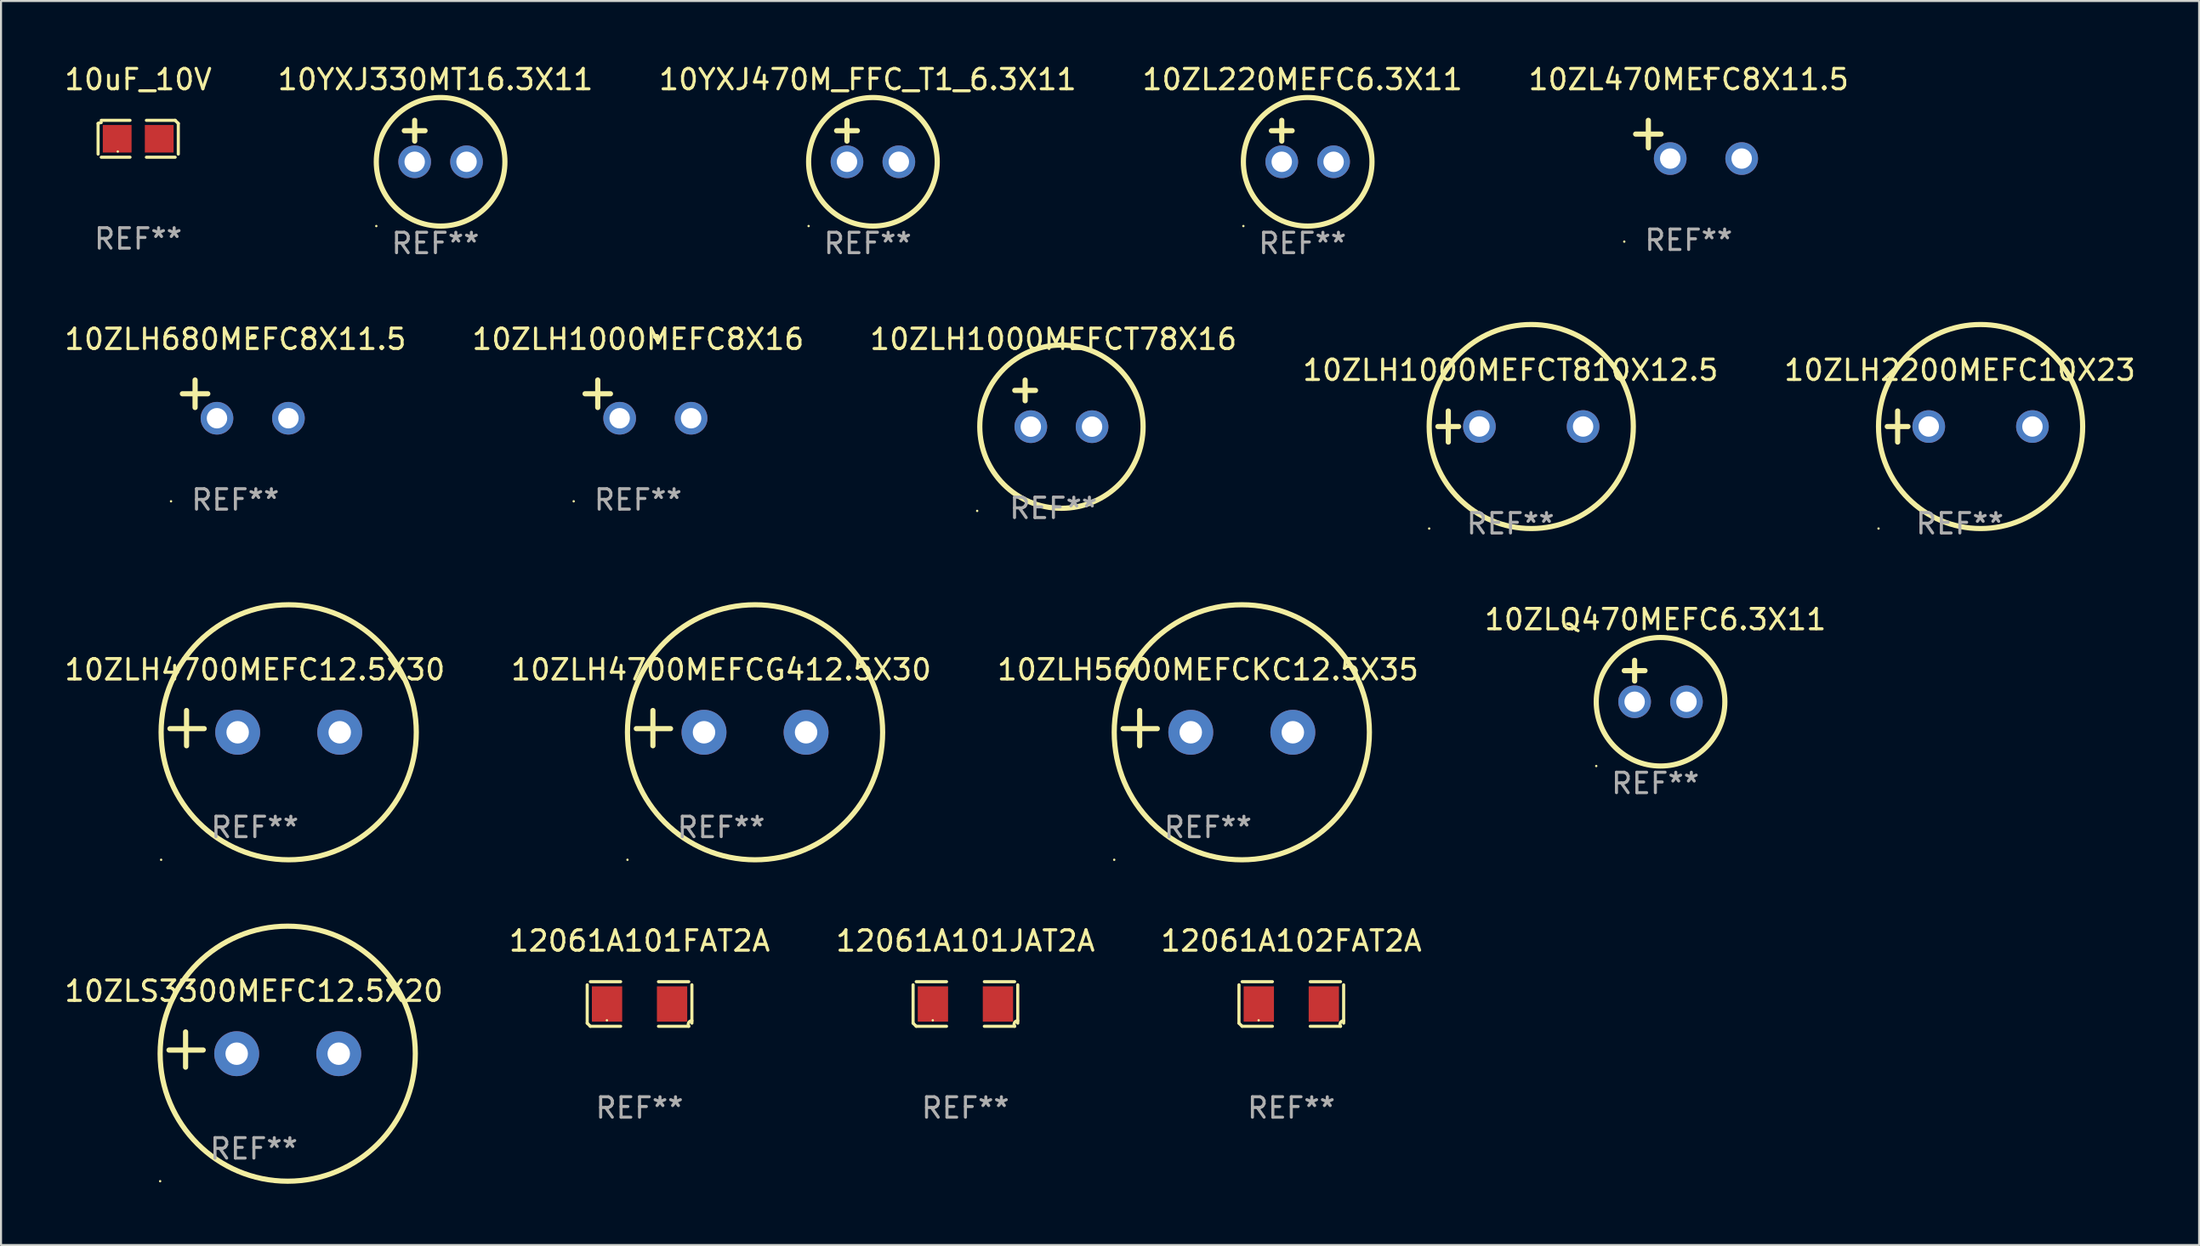
<source format=kicad_pcb>
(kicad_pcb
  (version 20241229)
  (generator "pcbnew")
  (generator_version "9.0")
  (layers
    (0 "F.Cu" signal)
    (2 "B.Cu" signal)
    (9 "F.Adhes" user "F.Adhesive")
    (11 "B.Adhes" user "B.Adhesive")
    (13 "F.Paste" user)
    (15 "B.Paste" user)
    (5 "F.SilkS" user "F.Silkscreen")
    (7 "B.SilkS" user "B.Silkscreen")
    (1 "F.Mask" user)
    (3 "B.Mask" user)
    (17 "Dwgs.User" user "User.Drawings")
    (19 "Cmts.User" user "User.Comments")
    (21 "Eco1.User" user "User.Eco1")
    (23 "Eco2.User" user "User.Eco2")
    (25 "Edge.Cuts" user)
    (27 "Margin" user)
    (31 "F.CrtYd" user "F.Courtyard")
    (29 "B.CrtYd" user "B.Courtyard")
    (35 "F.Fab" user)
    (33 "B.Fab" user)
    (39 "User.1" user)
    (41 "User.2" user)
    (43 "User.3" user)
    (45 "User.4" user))
  (footprint "10uF_10V"
    (layer "F.Cu")
    (at 3.72 3.752)
    (property "Reference" "10uF_10V" (at 0 -2.904 0) (layer "F.SilkS") (effects (font (size 1 1) (thickness 0.15))))
    (attr through_hole)
    (fp_line (start -1.964 0.751) (end -1.964 -0.751) (stroke (width 0.152) (type solid)) (layer "F.SilkS"))
    (fp_line (start -1.811 -0.904) (end -0.401 -0.904) (stroke (width 0.152) (type solid)) (layer "F.SilkS"))
    (fp_line (start -0.401 0.904) (end -1.811 0.904) (stroke (width 0.152) (type solid)) (layer "F.SilkS"))
    (fp_line (start 0.401 0.904) (end 1.811 0.904) (stroke (width 0.152) (type solid)) (layer "F.SilkS"))
    (fp_line (start 1.811 -0.904) (end 0.401 -0.904) (stroke (width 0.152) (type solid)) (layer "F.SilkS"))
    (fp_line (start 1.964 0.751) (end 1.964 -0.751) (stroke (width 0.152) (type solid)) (layer "F.SilkS"))
    (fp_arc (start -1.963602 -0.751207) (mid -1.890354 -0.783131) (end -1.811201 -0.794044) (stroke (width 0.1524) (type solid)) (layer "F.SilkS"))
    (fp_arc (start 1.811202 -0.903607) (mid 1.887413 -0.827418) (end 1.963602 -0.751207) (stroke (width 0.1524) (type solid)) (layer "F.SilkS"))
    (fp_circle (center -1 0.625) (end -0.97 0.625) (stroke (width 0.06) (type solid)) (fill no) (layer "F.SilkS"))
    (fp_text user "REF**" (at 0 4.904 0) (layer "F.Fab") (effects (font (size 1 1) (thickness 0.15))))
    (pad "1" smd rect (at -1.03 0) (size 1.41 1.35) (layers "F.Cu" "F.Mask" "F.Paste"))
    (pad "2" smd rect (at 1.03 0) (size 1.41 1.35) (layers "F.Cu" "F.Mask" "F.Paste")))
  (footprint "10YXJ470M_FFC_T1_6.3X11"
    (layer "F.Cu")
    (at 39.458 3.864)
    (property "Reference" "10YXJ470M_FFC_T1_6.3X11" (at 0 -3.016 0) (layer "F.SilkS") (effects (font (size 1 1) (thickness 0.15))))
    (attr through_hole)
    (fp_line (start -1.524 -0.508) (end -0.508 -0.508) (stroke (width 0.254) (type solid)) (layer "F.SilkS"))
    (fp_line (start -1.016 -1.016) (end -1.016 0) (stroke (width 0.254) (type solid)) (layer "F.SilkS"))
    (fp_circle (center -2.896 4.166) (end -2.866 4.166) (stroke (width 0.06) (type solid)) (fill no) (layer "F.SilkS"))
    (fp_circle (center 0.254 1.016) (end 3.404 1.016) (stroke (width 0.254) (type solid)) (fill no) (layer "F.SilkS"))
    (fp_text user "REF**" (at 0 5.016 0) (layer "F.Fab") (effects (font (size 1 1) (thickness 0.15))))
    (pad "1" thru_hole circle (at -1.016 1.016) (size 1.6 1.6) (drill 1) (layers "*.Cu" "*.Mask"))
    (pad "2" thru_hole circle (at 1.524 1.016) (size 1.6 1.6) (drill 1) (layers "*.Cu" "*.Mask")))
  (footprint "10ZL470MEFC8X11.5"
    (layer "F.Cu")
    (at 79.673 3.785)
    (property "Reference" "10ZL470MEFC8X11.5" (at 0 -2.937 0) (layer "F.SilkS") (effects (font (size 1 1) (thickness 0.15))))
    (attr through_hole)
    (fp_line (start -1.975 0.41) (end -1.975 -0.937) (stroke (width 0.254) (type solid)) (layer "F.SilkS"))
    (fp_line (start -1.353 -0.263) (end -2.597 -0.263) (stroke (width 0.254) (type solid)) (layer "F.SilkS"))
    (fp_arc (start 0.849809 -3.063957) (mid 0.885369 -3.064114) (end 0.920929 -3.063957) (stroke (width 0.254001) (type solid)) (layer "F.SilkS"))
    (fp_circle (center -3.154 5.008) (end -3.124 5.008) (stroke (width 0.06) (type solid)) (fill no) (layer "F.SilkS"))
    (fp_text user "REF**" (at 0 4.937 0) (layer "F.Fab") (effects (font (size 1 1) (thickness 0.15))))
    (pad "1" thru_hole circle (at -0.903 0.937) (size 1.6 1.6) (drill 1) (layers "*.Cu" "*.Mask"))
    (pad "2" thru_hole circle (at 2.597 0.937) (size 1.6 1.6) (drill 1) (layers "*.Cu" "*.Mask")))
  (footprint "10ZLQ470MEFC6.3X11"
    (layer "F.Cu")
    (at 78.042 30.33)
    (property "Reference" "10ZLQ470MEFC6.3X11" (at 0 -3.016 0) (layer "F.SilkS") (effects (font (size 1 1) (thickness 0.15))))
    (attr through_hole)
    (fp_line (start -1.524 -0.508) (end -0.508 -0.508) (stroke (width 0.254) (type solid)) (layer "F.SilkS"))
    (fp_line (start -1.016 -1.016) (end -1.016 0) (stroke (width 0.254) (type solid)) (layer "F.SilkS"))
    (fp_circle (center -2.896 4.166) (end -2.866 4.166) (stroke (width 0.06) (type solid)) (fill no) (layer "F.SilkS"))
    (fp_circle (center 0.254 1.016) (end 3.404 1.016) (stroke (width 0.254) (type solid)) (fill no) (layer "F.SilkS"))
    (fp_text user "REF**" (at 0 5.016 0) (layer "F.Fab") (effects (font (size 1 1) (thickness 0.15))))
    (pad "1" thru_hole circle (at -1.016 1.016) (size 1.6 1.6) (drill 1) (layers "*.Cu" "*.Mask"))
    (pad "2" thru_hole circle (at 1.524 1.016) (size 1.6 1.6) (drill 1) (layers "*.Cu" "*.Mask")))
  (footprint "10ZLH4700MEFC12.5X30"
    (layer "F.Cu")
    (at 9.435 32.639)
    (property "Reference" "10ZLH4700MEFC12.5X30" (at 0 -2.864 0) (layer "F.SilkS") (effects (font (size 1 1) (thickness 0.15))))
    (attr through_hole)
    (fp_line (start -3.346 0.864) (end -3.346 -0.864) (stroke (width 0.254) (type solid)) (layer "F.SilkS"))
    (fp_line (start -2.482 0.025) (end -4.158 0.025) (stroke (width 0.254) (type solid)) (layer "F.SilkS"))
    (fp_circle (center -4.592 6.453) (end -4.562 6.453) (stroke (width 0.06) (type solid)) (fill no) (layer "F.SilkS"))
    (fp_circle (center 1.658 0.203) (end 7.908 0.203) (stroke (width 0.254) (type solid)) (fill no) (layer "F.SilkS"))
    (fp_text user "REF**" (at 0 4.864 0) (layer "F.Fab") (effects (font (size 1 1) (thickness 0.15))))
    (pad "1" thru_hole circle (at -0.842 0.203) (size 2.2 2.2) (drill 1.1) (layers "*.Cu" "*.Mask"))
    (pad "2" thru_hole circle (at 4.158 0.203) (size 2.2 2.2) (drill 1.1) (layers "*.Cu" "*.Mask")))
  (footprint "12061A102FAT2A"
    (layer "F.Cu")
    (at 60.208 46.16)
    (property "Reference" "12061A102FAT2A" (at 0 -3.093 0) (layer "F.SilkS") (effects (font (size 1 1) (thickness 0.15))))
    (attr through_hole)
    (fp_line (start -2.564 0.94) (end -2.564 -0.94) (stroke (width 0.152) (type solid)) (layer "F.SilkS"))
    (fp_line (start -2.411 -1.093) (end -0.926 -1.093) (stroke (width 0.152) (type solid)) (layer "F.SilkS"))
    (fp_line (start -0.926 1.093) (end -2.411 1.093) (stroke (width 0.152) (type solid)) (layer "F.SilkS"))
    (fp_line (start 0.926 1.093) (end 2.411 1.093) (stroke (width 0.152) (type solid)) (layer "F.SilkS"))
    (fp_line (start 2.411 -1.093) (end 0.926 -1.093) (stroke (width 0.152) (type solid)) (layer "F.SilkS"))
    (fp_line (start 2.564 0.94) (end 2.564 -0.94) (stroke (width 0.152) (type solid)) (layer "F.SilkS"))
    (fp_arc (start -2.411201 1.092609) (mid -2.487413 1.01642) (end -2.563602 0.940208) (stroke (width 0.1524) (type solid)) (layer "F.SilkS"))
    (fp_arc (start 2.411201 1.092609) (mid 2.407159 0.911226) (end 2.563602 0.819347) (stroke (width 0.1524) (type solid)) (layer "F.SilkS"))
    (fp_circle (center -1.6 0.8) (end -1.57 0.8) (stroke (width 0.06) (type solid)) (fill no) (layer "F.SilkS"))
    (fp_text user "REF**" (at 0 5.093 0) (layer "F.Fab") (effects (font (size 1 1) (thickness 0.15))))
    (pad "1" smd rect (at -1.593 0) (size 1.485 1.728) (layers "F.Cu" "F.Mask" "F.Paste"))
    (pad "2" smd rect (at 1.593 0) (size 1.485 1.728) (layers "F.Cu" "F.Mask" "F.Paste")))
  (footprint "10ZL220MEFC6.3X11"
    (layer "F.Cu")
    (at 60.756 3.864)
    (property "Reference" "10ZL220MEFC6.3X11" (at 0 -3.016 0) (layer "F.SilkS") (effects (font (size 1 1) (thickness 0.15))))
    (attr through_hole)
    (fp_line (start -1.524 -0.508) (end -0.508 -0.508) (stroke (width 0.254) (type solid)) (layer "F.SilkS"))
    (fp_line (start -1.016 -1.016) (end -1.016 0) (stroke (width 0.254) (type solid)) (layer "F.SilkS"))
    (fp_circle (center -2.896 4.166) (end -2.866 4.166) (stroke (width 0.06) (type solid)) (fill no) (layer "F.SilkS"))
    (fp_circle (center 0.254 1.016) (end 3.404 1.016) (stroke (width 0.254) (type solid)) (fill no) (layer "F.SilkS"))
    (fp_text user "REF**" (at 0 5.016 0) (layer "F.Fab") (effects (font (size 1 1) (thickness 0.15))))
    (pad "1" thru_hole circle (at -1.016 1.016) (size 1.6 1.6) (drill 1) (layers "*.Cu" "*.Mask"))
    (pad "2" thru_hole circle (at 1.524 1.016) (size 1.6 1.6) (drill 1) (layers "*.Cu" "*.Mask")))
  (footprint "10ZLH4700MEFCG412.5X30"
    (layer "F.Cu")
    (at 32.28 32.639)
    (property "Reference" "10ZLH4700MEFCG412.5X30" (at 0 -2.864 0) (layer "F.SilkS") (effects (font (size 1 1) (thickness 0.15))))
    (attr through_hole)
    (fp_line (start -3.346 0.864) (end -3.346 -0.864) (stroke (width 0.254) (type solid)) (layer "F.SilkS"))
    (fp_line (start -2.482 0.025) (end -4.158 0.025) (stroke (width 0.254) (type solid)) (layer "F.SilkS"))
    (fp_circle (center -4.592 6.453) (end -4.562 6.453) (stroke (width 0.06) (type solid)) (fill no) (layer "F.SilkS"))
    (fp_circle (center 1.658 0.203) (end 7.908 0.203) (stroke (width 0.254) (type solid)) (fill no) (layer "F.SilkS"))
    (fp_text user "REF**" (at 0 4.864 0) (layer "F.Fab") (effects (font (size 1 1) (thickness 0.15))))
    (pad "1" thru_hole circle (at -0.842 0.203) (size 2.2 2.2) (drill 1.1) (layers "*.Cu" "*.Mask"))
    (pad "2" thru_hole circle (at 4.158 0.203) (size 2.2 2.2) (drill 1.1) (layers "*.Cu" "*.Mask")))
  (footprint "12061A101JAT2A"
    (layer "F.Cu")
    (at 44.244 46.16)
    (property "Reference" "12061A101JAT2A" (at 0 -3.093 0) (layer "F.SilkS") (effects (font (size 1 1) (thickness 0.15))))
    (attr through_hole)
    (fp_line (start -2.564 0.94) (end -2.564 -0.94) (stroke (width 0.152) (type solid)) (layer "F.SilkS"))
    (fp_line (start -2.411 -1.093) (end -0.926 -1.093) (stroke (width 0.152) (type solid)) (layer "F.SilkS"))
    (fp_line (start -0.926 1.093) (end -2.411 1.093) (stroke (width 0.152) (type solid)) (layer "F.SilkS"))
    (fp_line (start 0.926 1.093) (end 2.411 1.093) (stroke (width 0.152) (type solid)) (layer "F.SilkS"))
    (fp_line (start 2.411 -1.093) (end 0.926 -1.093) (stroke (width 0.152) (type solid)) (layer "F.SilkS"))
    (fp_line (start 2.564 0.94) (end 2.564 -0.94) (stroke (width 0.152) (type solid)) (layer "F.SilkS"))
    (fp_arc (start -2.411201 1.092609) (mid -2.487413 1.01642) (end -2.563602 0.940208) (stroke (width 0.1524) (type solid)) (layer "F.SilkS"))
    (fp_arc (start 2.411201 1.092609) (mid 2.407159 0.911226) (end 2.563602 0.819347) (stroke (width 0.1524) (type solid)) (layer "F.SilkS"))
    (fp_circle (center -1.6 0.8) (end -1.57 0.8) (stroke (width 0.06) (type solid)) (fill no) (layer "F.SilkS"))
    (fp_text user "REF**" (at 0 5.093 0) (layer "F.Fab") (effects (font (size 1 1) (thickness 0.15))))
    (pad "1" smd rect (at -1.593 0) (size 1.485 1.728) (layers "F.Cu" "F.Mask" "F.Paste"))
    (pad "2" smd rect (at 1.593 0) (size 1.485 1.728) (layers "F.Cu" "F.Mask" "F.Paste")))
  (footprint "10ZLH680MEFC8X11.5"
    (layer "F.Cu")
    (at 8.482 16.513)
    (property "Reference" "10ZLH680MEFC8X11.5" (at 0 -2.937 0) (layer "F.SilkS") (effects (font (size 1 1) (thickness 0.15))))
    (attr through_hole)
    (fp_line (start -1.975 0.41) (end -1.975 -0.937) (stroke (width 0.254) (type solid)) (layer "F.SilkS"))
    (fp_line (start -1.353 -0.263) (end -2.597 -0.263) (stroke (width 0.254) (type solid)) (layer "F.SilkS"))
    (fp_arc (start 0.849809 -3.063957) (mid 0.885369 -3.064114) (end 0.920929 -3.063957) (stroke (width 0.254001) (type solid)) (layer "F.SilkS"))
    (fp_circle (center -3.154 5.008) (end -3.124 5.008) (stroke (width 0.06) (type solid)) (fill no) (layer "F.SilkS"))
    (fp_text user "REF**" (at 0 4.937 0) (layer "F.Fab") (effects (font (size 1 1) (thickness 0.15))))
    (pad "1" thru_hole circle (at -0.903 0.937) (size 1.6 1.6) (drill 1) (layers "*.Cu" "*.Mask"))
    (pad "2" thru_hole circle (at 2.597 0.937) (size 1.6 1.6) (drill 1) (layers "*.Cu" "*.Mask")))
  (footprint "10ZLH5600MEFCKC12.5X35"
    (layer "F.Cu")
    (at 56.125 32.639)
    (property "Reference" "10ZLH5600MEFCKC12.5X35" (at 0 -2.864 0) (layer "F.SilkS") (effects (font (size 1 1) (thickness 0.15))))
    (attr through_hole)
    (fp_line (start -3.346 0.864) (end -3.346 -0.864) (stroke (width 0.254) (type solid)) (layer "F.SilkS"))
    (fp_line (start -2.482 0.025) (end -4.158 0.025) (stroke (width 0.254) (type solid)) (layer "F.SilkS"))
    (fp_circle (center -4.592 6.453) (end -4.562 6.453) (stroke (width 0.06) (type solid)) (fill no) (layer "F.SilkS"))
    (fp_circle (center 1.658 0.203) (end 7.908 0.203) (stroke (width 0.254) (type solid)) (fill no) (layer "F.SilkS"))
    (fp_text user "REF**" (at 0 4.864 0) (layer "F.Fab") (effects (font (size 1 1) (thickness 0.15))))
    (pad "1" thru_hole circle (at -0.842 0.203) (size 2.2 2.2) (drill 1.1) (layers "*.Cu" "*.Mask"))
    (pad "2" thru_hole circle (at 4.158 0.203) (size 2.2 2.2) (drill 1.1) (layers "*.Cu" "*.Mask")))
  (footprint "10YXJ330MT16.3X11"
    (layer "F.Cu")
    (at 18.28 3.864)
    (property "Reference" "10YXJ330MT16.3X11" (at 0 -3.016 0) (layer "F.SilkS") (effects (font (size 1 1) (thickness 0.15))))
    (attr through_hole)
    (fp_line (start -1.524 -0.508) (end -0.508 -0.508) (stroke (width 0.254) (type solid)) (layer "F.SilkS"))
    (fp_line (start -1.016 -1.016) (end -1.016 0) (stroke (width 0.254) (type solid)) (layer "F.SilkS"))
    (fp_circle (center -2.896 4.166) (end -2.866 4.166) (stroke (width 0.06) (type solid)) (fill no) (layer "F.SilkS"))
    (fp_circle (center 0.254 1.016) (end 3.404 1.016) (stroke (width 0.254) (type solid)) (fill no) (layer "F.SilkS"))
    (fp_text user "REF**" (at 0 5.016 0) (layer "F.Fab") (effects (font (size 1 1) (thickness 0.15))))
    (pad "1" thru_hole circle (at -1.016 1.016) (size 1.6 1.6) (drill 1) (layers "*.Cu" "*.Mask"))
    (pad "2" thru_hole circle (at 1.524 1.016) (size 1.6 1.6) (drill 1) (layers "*.Cu" "*.Mask")))
  (footprint "10ZLS3300MEFC12.5X20"
    (layer "F.Cu")
    (at 9.387 48.393)
    (property "Reference" "10ZLS3300MEFC12.5X20" (at 0 -2.864 0) (layer "F.SilkS") (effects (font (size 1 1) (thickness 0.15))))
    (attr through_hole)
    (fp_line (start -3.346 0.864) (end -3.346 -0.864) (stroke (width 0.254) (type solid)) (layer "F.SilkS"))
    (fp_line (start -2.482 0.025) (end -4.158 0.025) (stroke (width 0.254) (type solid)) (layer "F.SilkS"))
    (fp_circle (center -4.592 6.453) (end -4.562 6.453) (stroke (width 0.06) (type solid)) (fill no) (layer "F.SilkS"))
    (fp_circle (center 1.658 0.203) (end 7.908 0.203) (stroke (width 0.254) (type solid)) (fill no) (layer "F.SilkS"))
    (fp_text user "REF**" (at 0 4.864 0) (layer "F.Fab") (effects (font (size 1 1) (thickness 0.15))))
    (pad "1" thru_hole circle (at -0.842 0.203) (size 2.2 2.2) (drill 1.1) (layers "*.Cu" "*.Mask"))
    (pad "2" thru_hole circle (at 4.158 0.203) (size 2.2 2.2) (drill 1.1) (layers "*.Cu" "*.Mask")))
  (footprint "10ZLH2200MEFC10X23"
    (layer "F.Cu")
    (at 92.958 17.856)
    (property "Reference" "10ZLH2200MEFC10X23" (at 0 -2.762 0) (layer "F.SilkS") (effects (font (size 1 1) (thickness 0.15))))
    (attr through_hole)
    (fp_line (start -3.556 0) (end -2.54 0) (stroke (width 0.254) (type solid)) (layer "F.SilkS"))
    (fp_line (start -3.048 -0.762) (end -3.048 0.762) (stroke (width 0.254) (type solid)) (layer "F.SilkS"))
    (fp_circle (center -3.984 5) (end -3.954 5) (stroke (width 0.06) (type solid)) (fill no) (layer "F.SilkS"))
    (fp_circle (center 1.016 0) (end 6.016 0) (stroke (width 0.254) (type solid)) (fill no) (layer "F.SilkS"))
    (fp_text user "REF**" (at 0 4.762 0) (layer "F.Fab") (effects (font (size 1 1) (thickness 0.15))))
    (pad "1" thru_hole circle (at -1.524 0) (size 1.6 1.6) (drill 1) (layers "*.Cu" "*.Mask"))
    (pad "2" thru_hole circle (at 3.556 0) (size 1.6 1.6) (drill 1) (layers "*.Cu" "*.Mask")))
  (footprint "12061A101FAT2A"
    (layer "F.Cu")
    (at 28.28 46.16)
    (property "Reference" "12061A101FAT2A" (at 0 -3.093 0) (layer "F.SilkS") (effects (font (size 1 1) (thickness 0.15))))
    (attr through_hole)
    (fp_line (start -2.564 0.94) (end -2.564 -0.94) (stroke (width 0.152) (type solid)) (layer "F.SilkS"))
    (fp_line (start -2.411 -1.093) (end -0.926 -1.093) (stroke (width 0.152) (type solid)) (layer "F.SilkS"))
    (fp_line (start -0.926 1.093) (end -2.411 1.093) (stroke (width 0.152) (type solid)) (layer "F.SilkS"))
    (fp_line (start 0.926 1.093) (end 2.411 1.093) (stroke (width 0.152) (type solid)) (layer "F.SilkS"))
    (fp_line (start 2.411 -1.093) (end 0.926 -1.093) (stroke (width 0.152) (type solid)) (layer "F.SilkS"))
    (fp_line (start 2.564 0.94) (end 2.564 -0.94) (stroke (width 0.152) (type solid)) (layer "F.SilkS"))
    (fp_arc (start -2.411201 1.092609) (mid -2.487413 1.01642) (end -2.563602 0.940208) (stroke (width 0.1524) (type solid)) (layer "F.SilkS"))
    (fp_arc (start 2.411201 1.092609) (mid 2.407159 0.911226) (end 2.563602 0.819347) (stroke (width 0.1524) (type solid)) (layer "F.SilkS"))
    (fp_circle (center -1.6 0.8) (end -1.57 0.8) (stroke (width 0.06) (type solid)) (fill no) (layer "F.SilkS"))
    (fp_text user "REF**" (at 0 5.093 0) (layer "F.Fab") (effects (font (size 1 1) (thickness 0.15))))
    (pad "1" smd rect (at -1.593 0) (size 1.485 1.728) (layers "F.Cu" "F.Mask" "F.Paste"))
    (pad "2" smd rect (at 1.593 0) (size 1.485 1.728) (layers "F.Cu" "F.Mask" "F.Paste")))
  (footprint "10ZLH1000MEFCT78X16"
    (layer "F.Cu")
    (at 48.554 16.72)
    (property "Reference" "10ZLH1000MEFCT78X16" (at 0 -3.143 0) (layer "F.SilkS") (effects (font (size 1 1) (thickness 0.15))))
    (attr through_hole)
    (fp_line (start -1.893 -0.635) (end -0.877 -0.635) (stroke (width 0.254) (type solid)) (layer "F.SilkS"))
    (fp_line (start -1.385 -1.143) (end -1.385 -0.127) (stroke (width 0.254) (type solid)) (layer "F.SilkS"))
    (fp_circle (center -3.735 5.271) (end -3.705 5.271) (stroke (width 0.06) (type solid)) (fill no) (layer "F.SilkS"))
    (fp_circle (center 0.393 1.143) (end 4.393 1.143) (stroke (width 0.254) (type solid)) (fill no) (layer "F.SilkS"))
    (fp_text user "REF**" (at 0 5.143 0) (layer "F.Fab") (effects (font (size 1 1) (thickness 0.15))))
    (pad "1" thru_hole circle (at -1.107 1.143) (size 1.6 1.6) (drill 1) (layers "*.Cu" "*.Mask"))
    (pad "2" thru_hole circle (at 1.893 1.143) (size 1.6 1.6) (drill 1) (layers "*.Cu" "*.Mask")))
  (footprint "10ZLH1000MEFCT810X12.5"
    (layer "F.Cu")
    (at 70.946 17.856)
    (property "Reference" "10ZLH1000MEFCT810X12.5" (at 0 -2.762 0) (layer "F.SilkS") (effects (font (size 1 1) (thickness 0.15))))
    (attr through_hole)
    (fp_line (start -3.556 0) (end -2.54 0) (stroke (width 0.254) (type solid)) (layer "F.SilkS"))
    (fp_line (start -3.048 -0.762) (end -3.048 0.762) (stroke (width 0.254) (type solid)) (layer "F.SilkS"))
    (fp_circle (center -3.984 5) (end -3.954 5) (stroke (width 0.06) (type solid)) (fill no) (layer "F.SilkS"))
    (fp_circle (center 1.016 0) (end 6.016 0) (stroke (width 0.254) (type solid)) (fill no) (layer "F.SilkS"))
    (fp_text user "REF**" (at 0 4.762 0) (layer "F.Fab") (effects (font (size 1 1) (thickness 0.15))))
    (pad "1" thru_hole circle (at -1.524 0) (size 1.6 1.6) (drill 1) (layers "*.Cu" "*.Mask"))
    (pad "2" thru_hole circle (at 3.556 0) (size 1.6 1.6) (drill 1) (layers "*.Cu" "*.Mask")))
  (footprint "10ZLH1000MEFC8X16"
    (layer "F.Cu")
    (at 28.208 16.513)
    (property "Reference" "10ZLH1000MEFC8X16" (at 0 -2.937 0) (layer "F.SilkS") (effects (font (size 1 1) (thickness 0.15))))
    (attr through_hole)
    (fp_line (start -1.975 0.41) (end -1.975 -0.937) (stroke (width 0.254) (type solid)) (layer "F.SilkS"))
    (fp_line (start -1.353 -0.263) (end -2.597 -0.263) (stroke (width 0.254) (type solid)) (layer "F.SilkS"))
    (fp_arc (start 0.849809 -3.063957) (mid 0.885369 -3.064114) (end 0.920929 -3.063957) (stroke (width 0.254001) (type solid)) (layer "F.SilkS"))
    (fp_circle (center -3.154 5.008) (end -3.124 5.008) (stroke (width 0.06) (type solid)) (fill no) (layer "F.SilkS"))
    (fp_text user "REF**" (at 0 4.937 0) (layer "F.Fab") (effects (font (size 1 1) (thickness 0.15))))
    (pad "1" thru_hole circle (at -0.903 0.937) (size 1.6 1.6) (drill 1) (layers "*.Cu" "*.Mask"))
    (pad "2" thru_hole circle (at 2.597 0.937) (size 1.6 1.6) (drill 1) (layers "*.Cu" "*.Mask")))
  (gr_rect
    (start -3 -3)
    (end 104.679 57.974)
    (stroke (width 0.1) (type default))
    (fill no)
    (layer "Edge.Cuts")))
</source>
